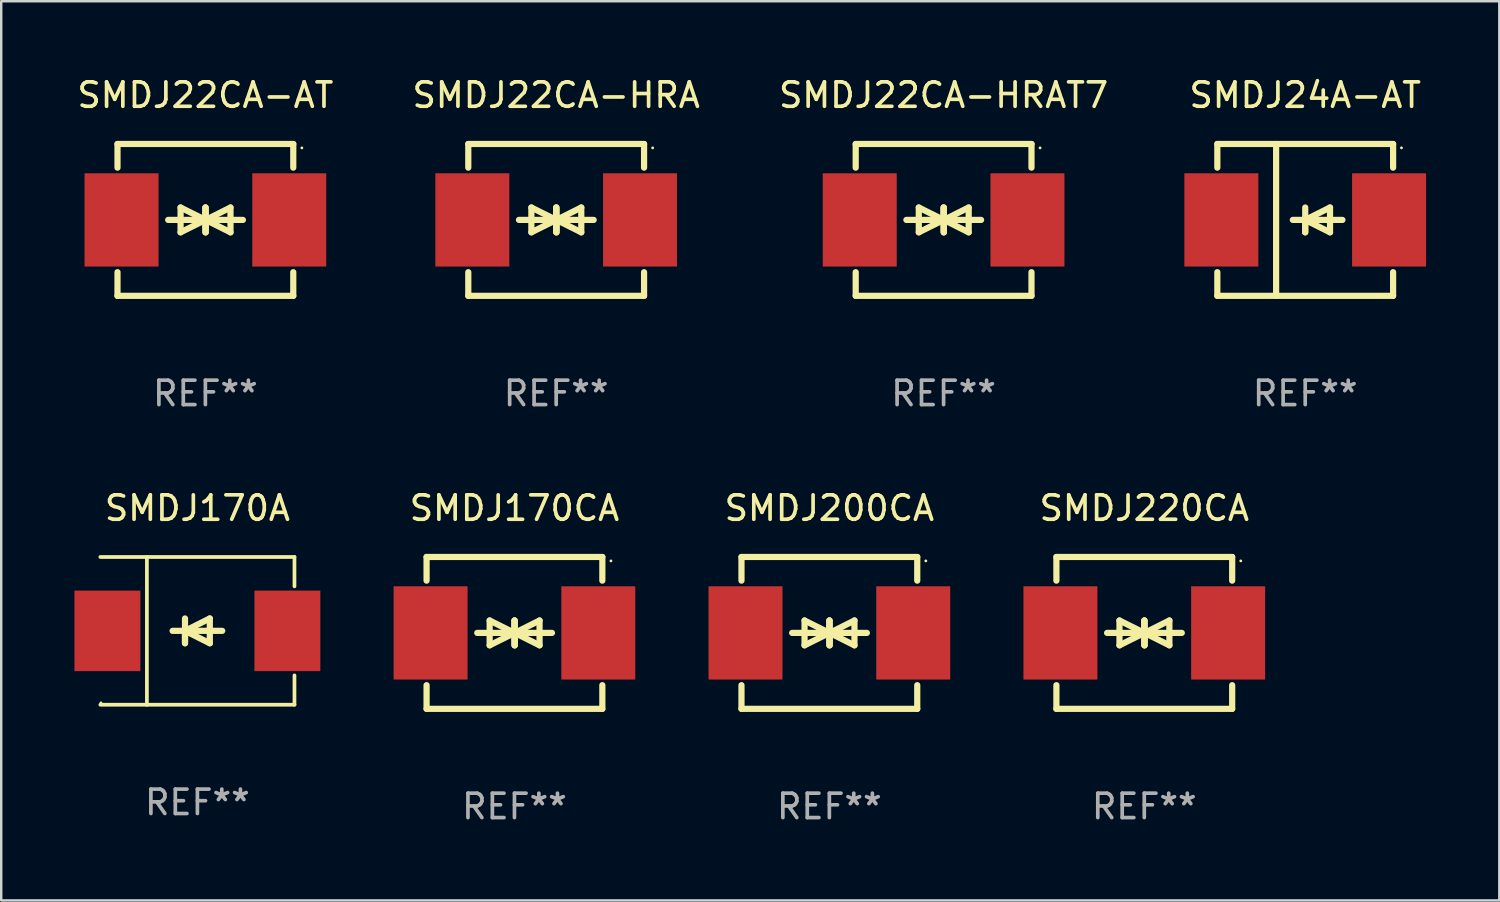
<source format=kicad_pcb>
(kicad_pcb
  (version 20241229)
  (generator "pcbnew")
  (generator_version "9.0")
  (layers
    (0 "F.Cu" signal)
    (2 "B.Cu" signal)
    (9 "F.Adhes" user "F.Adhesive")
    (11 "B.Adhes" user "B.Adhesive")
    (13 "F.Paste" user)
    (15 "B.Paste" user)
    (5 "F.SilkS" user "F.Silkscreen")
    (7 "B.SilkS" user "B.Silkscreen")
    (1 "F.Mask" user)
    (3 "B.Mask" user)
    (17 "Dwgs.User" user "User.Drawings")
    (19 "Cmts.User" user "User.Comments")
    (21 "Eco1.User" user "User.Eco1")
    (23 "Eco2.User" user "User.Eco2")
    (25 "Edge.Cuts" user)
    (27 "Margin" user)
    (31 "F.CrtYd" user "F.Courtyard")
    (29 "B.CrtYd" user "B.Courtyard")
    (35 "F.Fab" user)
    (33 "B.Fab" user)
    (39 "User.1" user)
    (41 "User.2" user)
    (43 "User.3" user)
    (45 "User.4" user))
  (footprint "SMDJ22CA-HRAT7"
    (layer "F.Cu")
    (at 35.601 5.958)
    (property "Reference" "SMDJ22CA-HRAT7" (at 0 -5.11 0) (layer "F.SilkS") (effects (font (size 1 1) (thickness 0.15))))
    (attr through_hole)
    (fp_line (start -3.6 -2.141) (end -3.6 -3.11) (stroke (width 0.254) (type solid)) (layer "F.SilkS"))
    (fp_line (start -3.6 3.11) (end -3.6 2.141) (stroke (width 0.254) (type solid)) (layer "F.SilkS"))
    (fp_line (start -1.524 0) (end 0.508 0) (stroke (width 0.254) (type solid)) (layer "F.SilkS"))
    (fp_line (start -1.016 -0.508) (end -1.016 0.508) (stroke (width 0.254) (type solid)) (layer "F.SilkS"))
    (fp_line (start -1.016 0.508) (end 0 0) (stroke (width 0.254) (type solid)) (layer "F.SilkS"))
    (fp_line (start 0 -0.508) (end 0 0.508) (stroke (width 0.254) (type solid)) (layer "F.SilkS"))
    (fp_line (start 0 0) (end -1.016 -0.508) (stroke (width 0.254) (type solid)) (layer "F.SilkS"))
    (fp_line (start 0 0) (end 0 -0.508) (stroke (width 0.254) (type solid)) (layer "F.SilkS"))
    (fp_line (start 0.012 0) (end 0.012 0.508) (stroke (width 0.254) (type solid)) (layer "F.SilkS"))
    (fp_line (start 0.012 0) (end 1.028 0.508) (stroke (width 0.254) (type solid)) (layer "F.SilkS"))
    (fp_line (start 0.012 0.508) (end 0.012 -0.508) (stroke (width 0.254) (type solid)) (layer "F.SilkS"))
    (fp_line (start 1.028 -0.508) (end 0.012 0) (stroke (width 0.254) (type solid)) (layer "F.SilkS"))
    (fp_line (start 1.028 0.508) (end 1.028 -0.508) (stroke (width 0.254) (type solid)) (layer "F.SilkS"))
    (fp_line (start 1.536 0) (end -0.496 0) (stroke (width 0.254) (type solid)) (layer "F.SilkS"))
    (fp_line (start 3.6 -3.11) (end -3.6 -3.11) (stroke (width 0.254) (type solid)) (layer "F.SilkS"))
    (fp_line (start 3.6 -2.141) (end 3.6 -3.11) (stroke (width 0.254) (type solid)) (layer "F.SilkS"))
    (fp_line (start 3.6 3.11) (end -3.6 3.11) (stroke (width 0.254) (type solid)) (layer "F.SilkS"))
    (fp_line (start 3.6 3.11) (end 3.6 2.141) (stroke (width 0.254) (type solid)) (layer "F.SilkS"))
    (fp_circle (center 3.952 -2.95) (end 3.982 -2.95) (stroke (width 0.06) (type solid)) (fill no) (layer "F.SilkS"))
    (fp_text user "REF**" (at 0 7.11 0) (layer "F.Fab") (effects (font (size 1 1) (thickness 0.15))))
    (pad "1" smd rect (at 3.435 0) (size 3.03 3.82) (layers "F.Cu" "F.Mask" "F.Paste"))
    (pad "2" smd rect (at -3.435 0) (size 3.03 3.82) (layers "F.Cu" "F.Mask" "F.Paste")))
  (footprint "SMDJ200CA"
    (layer "F.Cu")
    (at 30.922 22.875)
    (property "Reference" "SMDJ200CA" (at 0 -5.11 0) (layer "F.SilkS") (effects (font (size 1 1) (thickness 0.15))))
    (attr through_hole)
    (fp_line (start -3.6 -2.141) (end -3.6 -3.11) (stroke (width 0.254) (type solid)) (layer "F.SilkS"))
    (fp_line (start -3.6 3.11) (end -3.6 2.141) (stroke (width 0.254) (type solid)) (layer "F.SilkS"))
    (fp_line (start -1.524 0) (end 0.508 0) (stroke (width 0.254) (type solid)) (layer "F.SilkS"))
    (fp_line (start -1.016 -0.508) (end -1.016 0.508) (stroke (width 0.254) (type solid)) (layer "F.SilkS"))
    (fp_line (start -1.016 0.508) (end 0 0) (stroke (width 0.254) (type solid)) (layer "F.SilkS"))
    (fp_line (start 0 -0.508) (end 0 0.508) (stroke (width 0.254) (type solid)) (layer "F.SilkS"))
    (fp_line (start 0 0) (end -1.016 -0.508) (stroke (width 0.254) (type solid)) (layer "F.SilkS"))
    (fp_line (start 0 0) (end 0 -0.508) (stroke (width 0.254) (type solid)) (layer "F.SilkS"))
    (fp_line (start 0.012 0) (end 0.012 0.508) (stroke (width 0.254) (type solid)) (layer "F.SilkS"))
    (fp_line (start 0.012 0) (end 1.028 0.508) (stroke (width 0.254) (type solid)) (layer "F.SilkS"))
    (fp_line (start 0.012 0.508) (end 0.012 -0.508) (stroke (width 0.254) (type solid)) (layer "F.SilkS"))
    (fp_line (start 1.028 -0.508) (end 0.012 0) (stroke (width 0.254) (type solid)) (layer "F.SilkS"))
    (fp_line (start 1.028 0.508) (end 1.028 -0.508) (stroke (width 0.254) (type solid)) (layer "F.SilkS"))
    (fp_line (start 1.536 0) (end -0.496 0) (stroke (width 0.254) (type solid)) (layer "F.SilkS"))
    (fp_line (start 3.6 -3.11) (end -3.6 -3.11) (stroke (width 0.254) (type solid)) (layer "F.SilkS"))
    (fp_line (start 3.6 -2.141) (end 3.6 -3.11) (stroke (width 0.254) (type solid)) (layer "F.SilkS"))
    (fp_line (start 3.6 3.11) (end -3.6 3.11) (stroke (width 0.254) (type solid)) (layer "F.SilkS"))
    (fp_line (start 3.6 3.11) (end 3.6 2.141) (stroke (width 0.254) (type solid)) (layer "F.SilkS"))
    (fp_circle (center 3.952 -2.95) (end 3.982 -2.95) (stroke (width 0.06) (type solid)) (fill no) (layer "F.SilkS"))
    (fp_text user "REF**" (at 0 7.11 0) (layer "F.Fab") (effects (font (size 1 1) (thickness 0.15))))
    (pad "1" smd rect (at 3.435 0) (size 3.03 3.82) (layers "F.Cu" "F.Mask" "F.Paste"))
    (pad "2" smd rect (at -3.435 0) (size 3.03 3.82) (layers "F.Cu" "F.Mask" "F.Paste")))
  (footprint "SMDJ220CA"
    (layer "F.Cu")
    (at 43.822 22.875)
    (property "Reference" "SMDJ220CA" (at 0 -5.11 0) (layer "F.SilkS") (effects (font (size 1 1) (thickness 0.15))))
    (attr through_hole)
    (fp_line (start -3.6 -2.141) (end -3.6 -3.11) (stroke (width 0.254) (type solid)) (layer "F.SilkS"))
    (fp_line (start -3.6 3.11) (end -3.6 2.141) (stroke (width 0.254) (type solid)) (layer "F.SilkS"))
    (fp_line (start -1.524 0) (end 0.508 0) (stroke (width 0.254) (type solid)) (layer "F.SilkS"))
    (fp_line (start -1.016 -0.508) (end -1.016 0.508) (stroke (width 0.254) (type solid)) (layer "F.SilkS"))
    (fp_line (start -1.016 0.508) (end 0 0) (stroke (width 0.254) (type solid)) (layer "F.SilkS"))
    (fp_line (start 0 -0.508) (end 0 0.508) (stroke (width 0.254) (type solid)) (layer "F.SilkS"))
    (fp_line (start 0 0) (end -1.016 -0.508) (stroke (width 0.254) (type solid)) (layer "F.SilkS"))
    (fp_line (start 0 0) (end 0 -0.508) (stroke (width 0.254) (type solid)) (layer "F.SilkS"))
    (fp_line (start 0.012 0) (end 0.012 0.508) (stroke (width 0.254) (type solid)) (layer "F.SilkS"))
    (fp_line (start 0.012 0) (end 1.028 0.508) (stroke (width 0.254) (type solid)) (layer "F.SilkS"))
    (fp_line (start 0.012 0.508) (end 0.012 -0.508) (stroke (width 0.254) (type solid)) (layer "F.SilkS"))
    (fp_line (start 1.028 -0.508) (end 0.012 0) (stroke (width 0.254) (type solid)) (layer "F.SilkS"))
    (fp_line (start 1.028 0.508) (end 1.028 -0.508) (stroke (width 0.254) (type solid)) (layer "F.SilkS"))
    (fp_line (start 1.536 0) (end -0.496 0) (stroke (width 0.254) (type solid)) (layer "F.SilkS"))
    (fp_line (start 3.6 -3.11) (end -3.6 -3.11) (stroke (width 0.254) (type solid)) (layer "F.SilkS"))
    (fp_line (start 3.6 -2.141) (end 3.6 -3.11) (stroke (width 0.254) (type solid)) (layer "F.SilkS"))
    (fp_line (start 3.6 3.11) (end -3.6 3.11) (stroke (width 0.254) (type solid)) (layer "F.SilkS"))
    (fp_line (start 3.6 3.11) (end 3.6 2.141) (stroke (width 0.254) (type solid)) (layer "F.SilkS"))
    (fp_circle (center 3.952 -2.95) (end 3.982 -2.95) (stroke (width 0.06) (type solid)) (fill no) (layer "F.SilkS"))
    (fp_text user "REF**" (at 0 7.11 0) (layer "F.Fab") (effects (font (size 1 1) (thickness 0.15))))
    (pad "1" smd rect (at 3.435 0) (size 3.03 3.82) (layers "F.Cu" "F.Mask" "F.Paste"))
    (pad "2" smd rect (at -3.435 0) (size 3.03 3.82) (layers "F.Cu" "F.Mask" "F.Paste")))
  (footprint "SMDJ170A"
    (layer "F.Cu")
    (at 5.036 22.791)
    (property "Reference" "SMDJ170A" (at 0 -5.026 0) (layer "F.SilkS") (effects (font (size 1 1) (thickness 0.15))))
    (attr through_hole)
    (fp_line (start -3.976 -3.026) (end 3.976 -3.026) (stroke (width 0.152) (type solid)) (layer "F.SilkS"))
    (fp_line (start -3.976 3.026) (end 3.976 3.026) (stroke (width 0.152) (type solid)) (layer "F.SilkS"))
    (fp_line (start -2.069 -3.026) (end -2.069 3.026) (stroke (width 0.152) (type solid)) (layer "F.SilkS"))
    (fp_line (start -0.508 0) (end -0.508 0.508) (stroke (width 0.254) (type solid)) (layer "F.SilkS"))
    (fp_line (start -0.508 0) (end 0.508 0.508) (stroke (width 0.254) (type solid)) (layer "F.SilkS"))
    (fp_line (start -0.508 0.508) (end -0.508 -0.508) (stroke (width 0.254) (type solid)) (layer "F.SilkS"))
    (fp_line (start 0.508 -0.508) (end -0.508 0) (stroke (width 0.254) (type solid)) (layer "F.SilkS"))
    (fp_line (start 0.508 0.508) (end 0.508 -0.508) (stroke (width 0.254) (type solid)) (layer "F.SilkS"))
    (fp_line (start 1.016 0) (end -1.016 0) (stroke (width 0.254) (type solid)) (layer "F.SilkS"))
    (fp_line (start 3.976 -3.026) (end 3.976 -1.823) (stroke (width 0.152) (type solid)) (layer "F.SilkS"))
    (fp_line (start 3.976 3.026) (end 3.976 1.823) (stroke (width 0.152) (type solid)) (layer "F.SilkS"))
    (fp_circle (center -3.95 2.95) (end -3.92 2.95) (stroke (width 0.06) (type solid)) (fill no) (layer "F.SilkS"))
    (fp_text user "REF**" (at 0 7.026 0) (layer "F.Fab") (effects (font (size 1 1) (thickness 0.15))))
    (pad "1" smd rect (at -3.686 0) (size 2.7 3.3) (layers "F.Cu" "F.Mask" "F.Paste"))
    (pad "2" smd rect (at 3.686 0) (size 2.7 3.3) (layers "F.Cu" "F.Mask" "F.Paste")))
  (footprint "SMDJ22CA-HRA"
    (layer "F.Cu")
    (at 19.732 5.958)
    (property "Reference" "SMDJ22CA-HRA" (at 0 -5.11 0) (layer "F.SilkS") (effects (font (size 1 1) (thickness 0.15))))
    (attr through_hole)
    (fp_line (start -3.6 -2.141) (end -3.6 -3.11) (stroke (width 0.254) (type solid)) (layer "F.SilkS"))
    (fp_line (start -3.6 3.11) (end -3.6 2.141) (stroke (width 0.254) (type solid)) (layer "F.SilkS"))
    (fp_line (start -1.524 0) (end 0.508 0) (stroke (width 0.254) (type solid)) (layer "F.SilkS"))
    (fp_line (start -1.016 -0.508) (end -1.016 0.508) (stroke (width 0.254) (type solid)) (layer "F.SilkS"))
    (fp_line (start -1.016 0.508) (end 0 0) (stroke (width 0.254) (type solid)) (layer "F.SilkS"))
    (fp_line (start 0 -0.508) (end 0 0.508) (stroke (width 0.254) (type solid)) (layer "F.SilkS"))
    (fp_line (start 0 0) (end -1.016 -0.508) (stroke (width 0.254) (type solid)) (layer "F.SilkS"))
    (fp_line (start 0 0) (end 0 -0.508) (stroke (width 0.254) (type solid)) (layer "F.SilkS"))
    (fp_line (start 0.012 0) (end 0.012 0.508) (stroke (width 0.254) (type solid)) (layer "F.SilkS"))
    (fp_line (start 0.012 0) (end 1.028 0.508) (stroke (width 0.254) (type solid)) (layer "F.SilkS"))
    (fp_line (start 0.012 0.508) (end 0.012 -0.508) (stroke (width 0.254) (type solid)) (layer "F.SilkS"))
    (fp_line (start 1.028 -0.508) (end 0.012 0) (stroke (width 0.254) (type solid)) (layer "F.SilkS"))
    (fp_line (start 1.028 0.508) (end 1.028 -0.508) (stroke (width 0.254) (type solid)) (layer "F.SilkS"))
    (fp_line (start 1.536 0) (end -0.496 0) (stroke (width 0.254) (type solid)) (layer "F.SilkS"))
    (fp_line (start 3.6 -3.11) (end -3.6 -3.11) (stroke (width 0.254) (type solid)) (layer "F.SilkS"))
    (fp_line (start 3.6 -2.141) (end 3.6 -3.11) (stroke (width 0.254) (type solid)) (layer "F.SilkS"))
    (fp_line (start 3.6 3.11) (end -3.6 3.11) (stroke (width 0.254) (type solid)) (layer "F.SilkS"))
    (fp_line (start 3.6 3.11) (end 3.6 2.141) (stroke (width 0.254) (type solid)) (layer "F.SilkS"))
    (fp_circle (center 3.952 -2.95) (end 3.982 -2.95) (stroke (width 0.06) (type solid)) (fill no) (layer "F.SilkS"))
    (fp_text user "REF**" (at 0 7.11 0) (layer "F.Fab") (effects (font (size 1 1) (thickness 0.15))))
    (pad "1" smd rect (at 3.435 0) (size 3.03 3.82) (layers "F.Cu" "F.Mask" "F.Paste"))
    (pad "2" smd rect (at -3.435 0) (size 3.03 3.82) (layers "F.Cu" "F.Mask" "F.Paste")))
  (footprint "SMDJ24A-AT"
    (layer "F.Cu")
    (at 50.414 5.958)
    (property "Reference" "SMDJ24A-AT" (at 0 -5.11 0) (layer "F.SilkS") (effects (font (size 1 1) (thickness 0.15))))
    (attr through_hole)
    (fp_line (start -3.6 -3.11) (end -3.6 -2.141) (stroke (width 0.254) (type solid)) (layer "F.SilkS"))
    (fp_line (start -3.6 -3.11) (end 3.6 -3.11) (stroke (width 0.254) (type solid)) (layer "F.SilkS"))
    (fp_line (start -3.6 2.141) (end -3.6 3.11) (stroke (width 0.254) (type solid)) (layer "F.SilkS"))
    (fp_line (start -3.6 3.11) (end 3.6 3.11) (stroke (width 0.254) (type solid)) (layer "F.SilkS"))
    (fp_line (start -1.192 -3.11) (end -1.192 3.11) (stroke (width 0.254) (type solid)) (layer "F.SilkS"))
    (fp_line (start 0 0) (end 0 0.508) (stroke (width 0.254) (type solid)) (layer "F.SilkS"))
    (fp_line (start 0 0) (end 1.016 0.508) (stroke (width 0.254) (type solid)) (layer "F.SilkS"))
    (fp_line (start 0 0.508) (end 0 -0.508) (stroke (width 0.254) (type solid)) (layer "F.SilkS"))
    (fp_line (start 1.016 -0.508) (end 0 0) (stroke (width 0.254) (type solid)) (layer "F.SilkS"))
    (fp_line (start 1.016 0.508) (end 1.016 -0.508) (stroke (width 0.254) (type solid)) (layer "F.SilkS"))
    (fp_line (start 1.524 0) (end -0.508 0) (stroke (width 0.254) (type solid)) (layer "F.SilkS"))
    (fp_line (start 3.6 -3.11) (end 3.6 -2.141) (stroke (width 0.254) (type solid)) (layer "F.SilkS"))
    (fp_line (start 3.6 2.141) (end 3.6 3.11) (stroke (width 0.254) (type solid)) (layer "F.SilkS"))
    (fp_circle (center 3.943 -2.952) (end 3.973 -2.952) (stroke (width 0.06) (type solid)) (fill no) (layer "F.SilkS"))
    (fp_text user "REF**" (at 0 7.11 0) (layer "F.Fab") (effects (font (size 1 1) (thickness 0.15))))
    (pad "1" smd rect (at 3.435 0 180) (size 3.03 3.82) (layers "F.Cu" "F.Mask" "F.Paste"))
    (pad "2" smd rect (at -3.435 0 180) (size 3.03 3.82) (layers "F.Cu" "F.Mask" "F.Paste")))
  (footprint "SMDJ170CA"
    (layer "F.Cu")
    (at 18.023 22.875)
    (property "Reference" "SMDJ170CA" (at 0 -5.11 0) (layer "F.SilkS") (effects (font (size 1 1) (thickness 0.15))))
    (attr through_hole)
    (fp_line (start -3.6 -2.141) (end -3.6 -3.11) (stroke (width 0.254) (type solid)) (layer "F.SilkS"))
    (fp_line (start -3.6 3.11) (end -3.6 2.141) (stroke (width 0.254) (type solid)) (layer "F.SilkS"))
    (fp_line (start -1.524 0) (end 0.508 0) (stroke (width 0.254) (type solid)) (layer "F.SilkS"))
    (fp_line (start -1.016 -0.508) (end -1.016 0.508) (stroke (width 0.254) (type solid)) (layer "F.SilkS"))
    (fp_line (start -1.016 0.508) (end 0 0) (stroke (width 0.254) (type solid)) (layer "F.SilkS"))
    (fp_line (start 0 -0.508) (end 0 0.508) (stroke (width 0.254) (type solid)) (layer "F.SilkS"))
    (fp_line (start 0 0) (end -1.016 -0.508) (stroke (width 0.254) (type solid)) (layer "F.SilkS"))
    (fp_line (start 0 0) (end 0 -0.508) (stroke (width 0.254) (type solid)) (layer "F.SilkS"))
    (fp_line (start 0.012 0) (end 0.012 0.508) (stroke (width 0.254) (type solid)) (layer "F.SilkS"))
    (fp_line (start 0.012 0) (end 1.028 0.508) (stroke (width 0.254) (type solid)) (layer "F.SilkS"))
    (fp_line (start 0.012 0.508) (end 0.012 -0.508) (stroke (width 0.254) (type solid)) (layer "F.SilkS"))
    (fp_line (start 1.028 -0.508) (end 0.012 0) (stroke (width 0.254) (type solid)) (layer "F.SilkS"))
    (fp_line (start 1.028 0.508) (end 1.028 -0.508) (stroke (width 0.254) (type solid)) (layer "F.SilkS"))
    (fp_line (start 1.536 0) (end -0.496 0) (stroke (width 0.254) (type solid)) (layer "F.SilkS"))
    (fp_line (start 3.6 -3.11) (end -3.6 -3.11) (stroke (width 0.254) (type solid)) (layer "F.SilkS"))
    (fp_line (start 3.6 -2.141) (end 3.6 -3.11) (stroke (width 0.254) (type solid)) (layer "F.SilkS"))
    (fp_line (start 3.6 3.11) (end -3.6 3.11) (stroke (width 0.254) (type solid)) (layer "F.SilkS"))
    (fp_line (start 3.6 3.11) (end 3.6 2.141) (stroke (width 0.254) (type solid)) (layer "F.SilkS"))
    (fp_circle (center 3.952 -2.95) (end 3.982 -2.95) (stroke (width 0.06) (type solid)) (fill no) (layer "F.SilkS"))
    (fp_text user "REF**" (at 0 7.11 0) (layer "F.Fab") (effects (font (size 1 1) (thickness 0.15))))
    (pad "1" smd rect (at 3.435 0) (size 3.03 3.82) (layers "F.Cu" "F.Mask" "F.Paste"))
    (pad "2" smd rect (at -3.435 0) (size 3.03 3.82) (layers "F.Cu" "F.Mask" "F.Paste")))
  (footprint "SMDJ22CA-AT"
    (layer "F.Cu")
    (at 5.363 5.958)
    (property "Reference" "SMDJ22CA-AT" (at 0 -5.11 0) (layer "F.SilkS") (effects (font (size 1 1) (thickness 0.15))))
    (attr through_hole)
    (fp_line (start -3.6 -2.141) (end -3.6 -3.11) (stroke (width 0.254) (type solid)) (layer "F.SilkS"))
    (fp_line (start -3.6 3.11) (end -3.6 2.141) (stroke (width 0.254) (type solid)) (layer "F.SilkS"))
    (fp_line (start -1.524 0) (end 0.508 0) (stroke (width 0.254) (type solid)) (layer "F.SilkS"))
    (fp_line (start -1.016 -0.508) (end -1.016 0.508) (stroke (width 0.254) (type solid)) (layer "F.SilkS"))
    (fp_line (start -1.016 0.508) (end 0 0) (stroke (width 0.254) (type solid)) (layer "F.SilkS"))
    (fp_line (start 0 -0.508) (end 0 0.508) (stroke (width 0.254) (type solid)) (layer "F.SilkS"))
    (fp_line (start 0 0) (end -1.016 -0.508) (stroke (width 0.254) (type solid)) (layer "F.SilkS"))
    (fp_line (start 0 0) (end 0 -0.508) (stroke (width 0.254) (type solid)) (layer "F.SilkS"))
    (fp_line (start 0.012 0) (end 0.012 0.508) (stroke (width 0.254) (type solid)) (layer "F.SilkS"))
    (fp_line (start 0.012 0) (end 1.028 0.508) (stroke (width 0.254) (type solid)) (layer "F.SilkS"))
    (fp_line (start 0.012 0.508) (end 0.012 -0.508) (stroke (width 0.254) (type solid)) (layer "F.SilkS"))
    (fp_line (start 1.028 -0.508) (end 0.012 0) (stroke (width 0.254) (type solid)) (layer "F.SilkS"))
    (fp_line (start 1.028 0.508) (end 1.028 -0.508) (stroke (width 0.254) (type solid)) (layer "F.SilkS"))
    (fp_line (start 1.536 0) (end -0.496 0) (stroke (width 0.254) (type solid)) (layer "F.SilkS"))
    (fp_line (start 3.6 -3.11) (end -3.6 -3.11) (stroke (width 0.254) (type solid)) (layer "F.SilkS"))
    (fp_line (start 3.6 -2.141) (end 3.6 -3.11) (stroke (width 0.254) (type solid)) (layer "F.SilkS"))
    (fp_line (start 3.6 3.11) (end -3.6 3.11) (stroke (width 0.254) (type solid)) (layer "F.SilkS"))
    (fp_line (start 3.6 3.11) (end 3.6 2.141) (stroke (width 0.254) (type solid)) (layer "F.SilkS"))
    (fp_circle (center 3.952 -2.95) (end 3.982 -2.95) (stroke (width 0.06) (type solid)) (fill no) (layer "F.SilkS"))
    (fp_text user "REF**" (at 0 7.11 0) (layer "F.Fab") (effects (font (size 1 1) (thickness 0.15))))
    (pad "1" smd rect (at 3.435 0) (size 3.03 3.82) (layers "F.Cu" "F.Mask" "F.Paste"))
    (pad "2" smd rect (at -3.435 0) (size 3.03 3.82) (layers "F.Cu" "F.Mask" "F.Paste")))
  (gr_rect
    (start -3 -3)
    (end 58.364 33.833)
    (stroke (width 0.1) (type default))
    (fill no)
    (layer "Edge.Cuts")))
</source>
